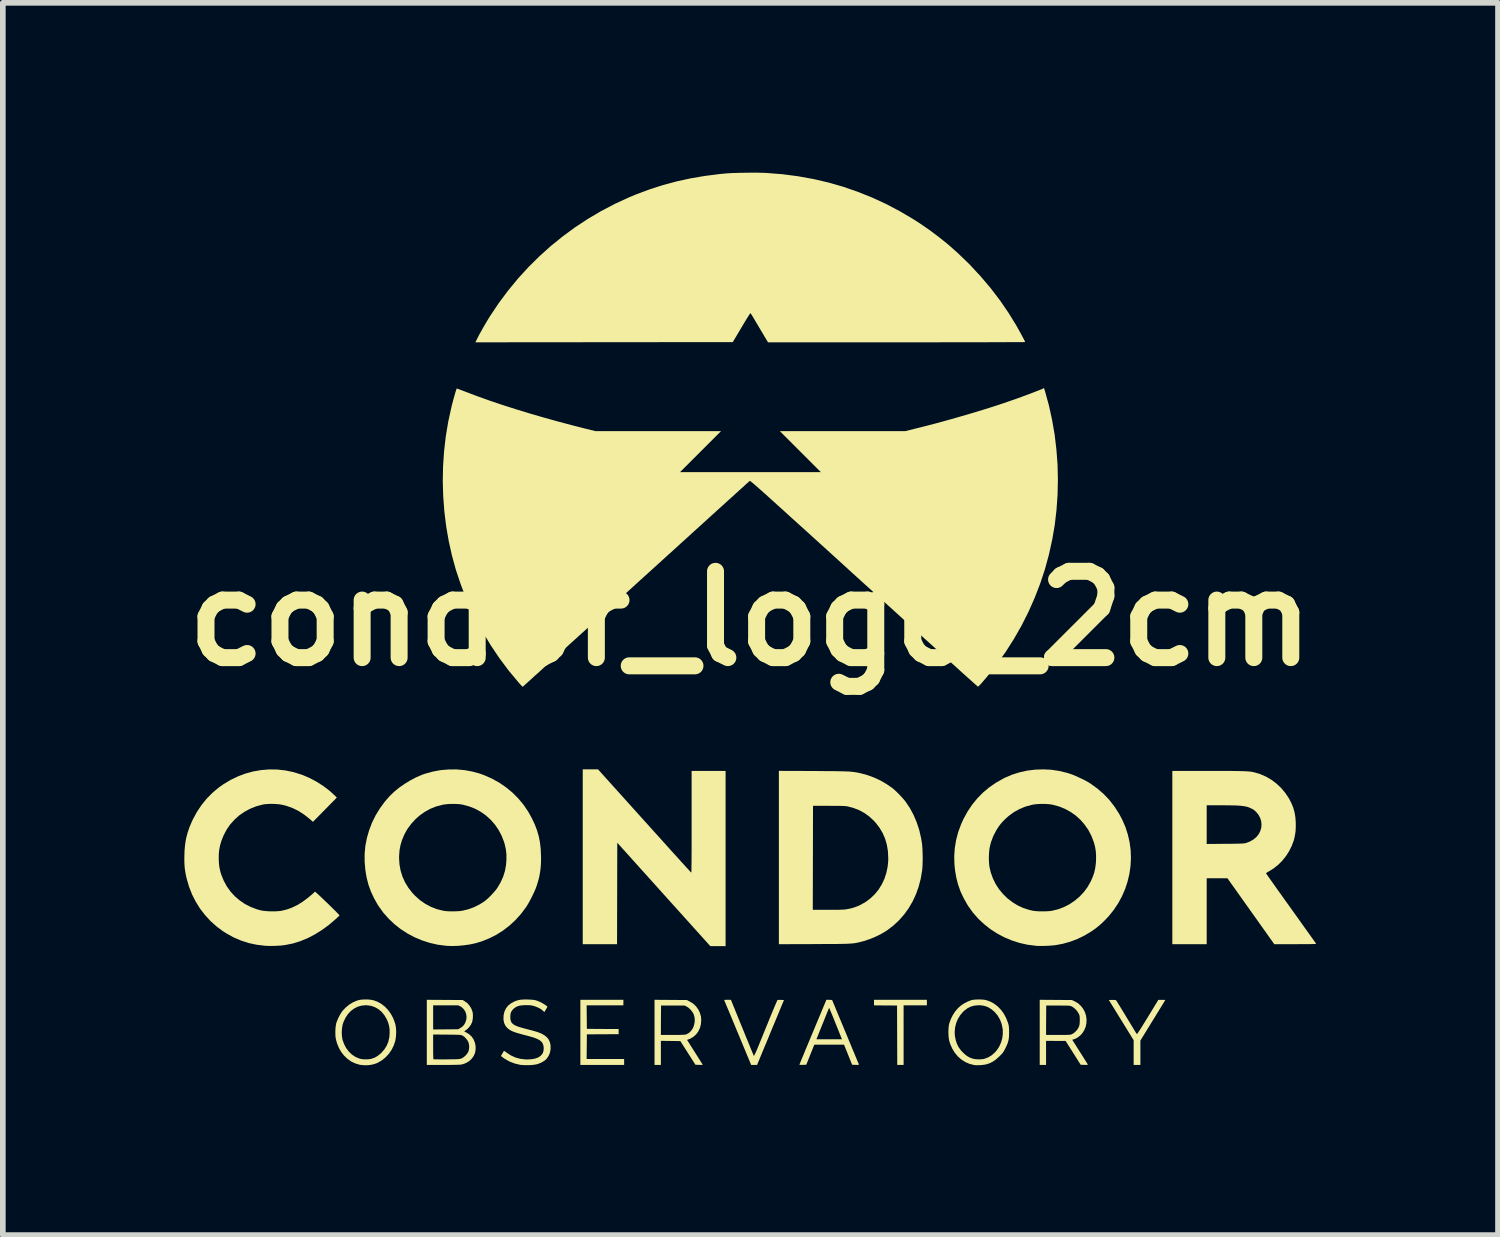
<source format=kicad_pcb>
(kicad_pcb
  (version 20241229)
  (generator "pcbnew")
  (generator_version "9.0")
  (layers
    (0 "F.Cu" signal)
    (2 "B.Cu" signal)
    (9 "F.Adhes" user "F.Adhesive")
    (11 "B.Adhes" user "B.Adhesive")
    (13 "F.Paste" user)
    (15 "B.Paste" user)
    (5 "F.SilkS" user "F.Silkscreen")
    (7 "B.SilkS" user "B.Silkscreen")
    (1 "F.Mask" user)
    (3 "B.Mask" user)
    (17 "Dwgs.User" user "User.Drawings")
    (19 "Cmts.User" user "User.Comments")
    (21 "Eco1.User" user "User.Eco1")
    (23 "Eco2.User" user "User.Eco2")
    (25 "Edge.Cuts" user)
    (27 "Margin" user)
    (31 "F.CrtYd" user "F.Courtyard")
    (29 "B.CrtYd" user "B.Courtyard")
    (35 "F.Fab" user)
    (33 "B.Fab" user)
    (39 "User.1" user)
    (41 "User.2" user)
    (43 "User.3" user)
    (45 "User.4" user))
  (footprint "condor_logo_2cm"
    (layer "F.Cu")
    (at 10.204 7.875)
    (property "Reference" "condor_logo_2cm" (at 0 0 0) (layer "F.SilkS") (effects (font (size 1.524 1.524) (thickness 0.3))))
    (attr board_only exclude_from_pos_files exclude_from_bom)
    (fp_poly (pts (xy 3.116 6.831) (xy 2.705 6.831) (xy 2.705 7.883) (xy 2.593 7.883) (xy 2.591 7.359) (xy 2.589 6.834) (xy 2.386 6.833) (xy 2.182 6.831) (xy 2.182 6.733) (xy 3.116 6.733)) (stroke (width 0) (type solid)) (fill yes) (layer "F.SilkS"))
    (fp_poly (pts (xy -2.244 6.831) (xy -2.893 6.831) (xy -2.891 7.038) (xy -2.889 7.246) (xy -2.609 7.248) (xy -2.328 7.249) (xy -2.328 7.34) (xy -2.889 7.343) (xy -2.891 7.561) (xy -2.893 7.779) (xy -2.231 7.779) (xy -2.231 7.883) (xy -3.004 7.883) (xy -3.004 6.733) (xy -2.244 6.733)) (stroke (width 0) (type solid)) (fill yes) (layer "F.SilkS"))
    (fp_poly (pts (xy -1.872 3.574) (xy -1.785 3.67) (xy -1.701 3.764) (xy -1.619 3.854) (xy -1.541 3.941) (xy -1.467 4.023) (xy -1.398 4.1) (xy -1.333 4.172) (xy -1.273 4.237) (xy -1.22 4.297) (xy -1.172 4.349) (xy -1.132 4.394) (xy -1.098 4.43) (xy -1.073 4.458) (xy -1.055 4.477) (xy -1.046 4.487) (xy -1.045 4.488) (xy -1.044 4.481) (xy -1.043 4.461) (xy -1.042 4.428) (xy -1.042 4.382) (xy -1.041 4.324) (xy -1.04 4.254) (xy -1.04 4.173) (xy -1.039 4.081) (xy -1.039 3.978) (xy -1.039 3.866) (xy -1.039 3.743) (xy -1.039 3.612) (xy -1.039 3.59) (xy -1.039 2.691) (xy -0.439 2.691) (xy -0.439 5.785) (xy -0.709 5.785) (xy -1.531 4.872) (xy -2.352 3.959) (xy -2.356 5.751) (xy -2.962 5.751) (xy -2.962 2.663) (xy -2.692 2.663)) (stroke (width 0) (type solid)) (fill yes) (layer "F.SilkS"))
    (fp_poly (pts (xy 7.292 6.734) (xy 7.313 6.735) (xy 7.325 6.736) (xy 7.326 6.737) (xy 7.322 6.744) (xy 7.312 6.761) (xy 7.296 6.788) (xy 7.274 6.824) (xy 7.247 6.867) (xy 7.217 6.917) (xy 7.182 6.973) (xy 7.145 7.034) (xy 7.106 7.097) (xy 6.887 7.453) (xy 6.887 7.883) (xy 6.768 7.883) (xy 6.768 7.447) (xy 6.549 7.092) (xy 6.33 6.737) (xy 6.39 6.735) (xy 6.424 6.735) (xy 6.446 6.737) (xy 6.457 6.741) (xy 6.458 6.742) (xy 6.463 6.749) (xy 6.475 6.768) (xy 6.492 6.796) (xy 6.515 6.832) (xy 6.541 6.875) (xy 6.571 6.924) (xy 6.604 6.978) (xy 6.639 7.036) (xy 6.639 7.037) (xy 6.674 7.094) (xy 6.707 7.148) (xy 6.737 7.198) (xy 6.764 7.242) (xy 6.786 7.279) (xy 6.804 7.307) (xy 6.815 7.326) (xy 6.821 7.335) (xy 6.821 7.335) (xy 6.823 7.336) (xy 6.827 7.335) (xy 6.834 7.329) (xy 6.842 7.318) (xy 6.854 7.3) (xy 6.87 7.276) (xy 6.891 7.245) (xy 6.916 7.204) (xy 6.947 7.154) (xy 6.984 7.094) (xy 7.017 7.041) (xy 7.204 6.734) (xy 7.265 6.734)) (stroke (width 0) (type solid)) (fill yes) (layer "F.SilkS"))
    (fp_poly (pts (xy -1.409 6.735) (xy -1.125 6.737) (xy -1.073 6.763) (xy -1.014 6.799) (xy -0.963 6.846) (xy -0.923 6.901) (xy -0.893 6.963) (xy -0.874 7.029) (xy -0.869 7.092) (xy -0.875 7.164) (xy -0.892 7.231) (xy -0.921 7.291) (xy -0.959 7.343) (xy -1.007 7.386) (xy -1.063 7.419) (xy -1.085 7.428) (xy -1.12 7.441) (xy -0.982 7.659) (xy -0.95 7.709) (xy -0.922 7.754) (xy -0.896 7.795) (xy -0.875 7.829) (xy -0.858 7.856) (xy -0.847 7.873) (xy -0.843 7.881) (xy -0.843 7.881) (xy -0.85 7.882) (xy -0.867 7.883) (xy -0.892 7.882) (xy -0.908 7.882) (xy -0.972 7.88) (xy -1.238 7.462) (xy -1.41 7.46) (xy -1.582 7.458) (xy -1.582 7.883) (xy -1.694 7.883) (xy -1.694 7.354) (xy -1.582 7.354) (xy -1.372 7.353) (xy -1.305 7.353) (xy -1.252 7.353) (xy -1.21 7.351) (xy -1.178 7.35) (xy -1.155 7.348) (xy -1.14 7.345) (xy -1.134 7.344) (xy -1.091 7.321) (xy -1.054 7.288) (xy -1.024 7.247) (xy -1.002 7.199) (xy -0.988 7.146) (xy -0.983 7.092) (xy -0.988 7.039) (xy -1.003 6.987) (xy -1.005 6.983) (xy -1.029 6.942) (xy -1.062 6.903) (xy -1.098 6.87) (xy -1.126 6.853) (xy -1.161 6.834) (xy -1.579 6.834) (xy -1.581 7.094) (xy -1.582 7.354) (xy -1.694 7.354) (xy -1.694 6.733)) (stroke (width 0) (type solid)) (fill yes) (layer "F.SilkS"))
    (fp_poly (pts (xy 1.423 6.735) (xy 1.44 6.738) (xy 1.445 6.742) (xy 1.448 6.75) (xy 1.456 6.769) (xy 1.469 6.8) (xy 1.486 6.84) (xy 1.506 6.89) (xy 1.53 6.948) (xy 1.557 7.013) (xy 1.587 7.084) (xy 1.619 7.161) (xy 1.652 7.241) (xy 1.68 7.308) (xy 1.715 7.392) (xy 1.748 7.472) (xy 1.779 7.547) (xy 1.808 7.617) (xy 1.835 7.681) (xy 1.858 7.737) (xy 1.878 7.785) (xy 1.894 7.824) (xy 1.906 7.852) (xy 1.913 7.869) (xy 1.915 7.875) (xy 1.914 7.879) (xy 1.906 7.882) (xy 1.889 7.883) (xy 1.86 7.882) (xy 1.857 7.882) (xy 1.796 7.88) (xy 1.724 7.702) (xy 1.653 7.525) (xy 1.128 7.525) (xy 1.057 7.702) (xy 0.986 7.88) (xy 0.925 7.882) (xy 0.898 7.882) (xy 0.877 7.882) (xy 0.866 7.88) (xy 0.864 7.879) (xy 0.867 7.872) (xy 0.875 7.853) (xy 0.887 7.823) (xy 0.903 7.783) (xy 0.924 7.734) (xy 0.948 7.677) (xy 0.974 7.612) (xy 1.004 7.541) (xy 1.036 7.464) (xy 1.05 7.43) (xy 1.165 7.43) (xy 1.616 7.43) (xy 1.504 7.151) (xy 1.481 7.093) (xy 1.459 7.038) (xy 1.439 6.99) (xy 1.421 6.948) (xy 1.407 6.914) (xy 1.397 6.89) (xy 1.391 6.877) (xy 1.389 6.875) (xy 1.386 6.882) (xy 1.379 6.9) (xy 1.367 6.929) (xy 1.351 6.967) (xy 1.333 7.012) (xy 1.312 7.064) (xy 1.29 7.12) (xy 1.276 7.154) (xy 1.165 7.43) (xy 1.05 7.43) (xy 1.07 7.383) (xy 1.103 7.304) (xy 1.341 6.733) (xy 1.391 6.733)) (stroke (width 0) (type solid)) (fill yes) (layer "F.SilkS"))
    (fp_poly (pts (xy -0.147 7.22) (xy -0.115 7.298) (xy -0.085 7.373) (xy -0.056 7.443) (xy -0.029 7.508) (xy -0.006 7.566) (xy 0.015 7.616) (xy 0.032 7.658) (xy 0.046 7.69) (xy 0.054 7.711) (xy 0.058 7.721) (xy 0.059 7.721) (xy 0.061 7.722) (xy 0.064 7.72) (xy 0.068 7.714) (xy 0.074 7.702) (xy 0.083 7.684) (xy 0.094 7.66) (xy 0.108 7.629) (xy 0.125 7.589) (xy 0.145 7.54) (xy 0.169 7.481) (xy 0.198 7.411) (xy 0.23 7.331) (xy 0.268 7.238) (xy 0.268 7.237) (xy 0.301 7.158) (xy 0.331 7.083) (xy 0.36 7.012) (xy 0.387 6.947) (xy 0.411 6.889) (xy 0.432 6.839) (xy 0.45 6.798) (xy 0.464 6.766) (xy 0.473 6.745) (xy 0.478 6.736) (xy 0.478 6.736) (xy 0.488 6.735) (xy 0.508 6.734) (xy 0.534 6.735) (xy 0.539 6.735) (xy 0.592 6.737) (xy 0.432 7.124) (xy 0.4 7.2) (xy 0.367 7.279) (xy 0.335 7.357) (xy 0.304 7.433) (xy 0.274 7.505) (xy 0.246 7.571) (xy 0.222 7.629) (xy 0.202 7.677) (xy 0.194 7.697) (xy 0.117 7.883) (xy 0.013 7.883) (xy -0.001 7.85) (xy -0.006 7.839) (xy -0.015 7.816) (xy -0.03 7.781) (xy -0.048 7.737) (xy -0.07 7.685) (xy -0.095 7.624) (xy -0.123 7.557) (xy -0.153 7.485) (xy -0.185 7.407) (xy -0.219 7.326) (xy -0.235 7.288) (xy -0.269 7.206) (xy -0.301 7.128) (xy -0.332 7.054) (xy -0.36 6.986) (xy -0.386 6.924) (xy -0.409 6.87) (xy -0.428 6.825) (xy -0.443 6.788) (xy -0.454 6.763) (xy -0.46 6.748) (xy -0.461 6.746) (xy -0.463 6.74) (xy -0.46 6.736) (xy -0.449 6.734) (xy -0.428 6.733) (xy -0.406 6.733) (xy -0.345 6.733)) (stroke (width 0) (type solid)) (fill yes) (layer "F.SilkS"))
    (fp_poly (pts (xy 5.393 6.735) (xy 5.677 6.737) (xy 5.731 6.762) (xy 5.789 6.797) (xy 5.837 6.842) (xy 5.877 6.893) (xy 5.907 6.951) (xy 5.927 7.013) (xy 5.936 7.078) (xy 5.934 7.143) (xy 5.921 7.207) (xy 5.896 7.269) (xy 5.863 7.321) (xy 5.825 7.363) (xy 5.78 7.398) (xy 5.733 7.423) (xy 5.719 7.428) (xy 5.683 7.439) (xy 5.819 7.653) (xy 5.85 7.702) (xy 5.879 7.748) (xy 5.904 7.788) (xy 5.926 7.823) (xy 5.943 7.85) (xy 5.954 7.868) (xy 5.958 7.875) (xy 5.957 7.879) (xy 5.947 7.882) (xy 5.928 7.883) (xy 5.897 7.882) (xy 5.897 7.882) (xy 5.832 7.88) (xy 5.699 7.669) (xy 5.566 7.459) (xy 5.393 7.459) (xy 5.221 7.458) (xy 5.221 7.883) (xy 5.109 7.883) (xy 5.109 7.354) (xy 5.221 7.354) (xy 5.435 7.354) (xy 5.495 7.354) (xy 5.544 7.353) (xy 5.581 7.353) (xy 5.61 7.352) (xy 5.632 7.351) (xy 5.648 7.349) (xy 5.66 7.347) (xy 5.67 7.343) (xy 5.68 7.339) (xy 5.684 7.337) (xy 5.719 7.315) (xy 5.753 7.283) (xy 5.781 7.246) (xy 5.801 7.209) (xy 5.808 7.187) (xy 5.813 7.165) (xy 5.815 7.139) (xy 5.816 7.105) (xy 5.817 7.092) (xy 5.816 7.057) (xy 5.815 7.032) (xy 5.812 7.013) (xy 5.807 6.996) (xy 5.798 6.978) (xy 5.797 6.975) (xy 5.771 6.934) (xy 5.737 6.896) (xy 5.699 6.865) (xy 5.676 6.851) (xy 5.666 6.846) (xy 5.657 6.843) (xy 5.646 6.84) (xy 5.632 6.838) (xy 5.614 6.836) (xy 5.589 6.835) (xy 5.556 6.835) (xy 5.513 6.835) (xy 5.458 6.834) (xy 5.433 6.834) (xy 5.224 6.834) (xy 5.222 7.094) (xy 5.221 7.354) (xy 5.109 7.354) (xy 5.109 6.733)) (stroke (width 0) (type solid)) (fill yes) (layer "F.SilkS"))
    (fp_poly (pts (xy -6.76 6.727) (xy -6.707 6.732) (xy -6.662 6.74) (xy -6.662 6.74) (xy -6.589 6.766) (xy -6.52 6.804) (xy -6.457 6.853) (xy -6.4 6.913) (xy -6.351 6.981) (xy -6.31 7.057) (xy -6.279 7.14) (xy -6.269 7.177) (xy -6.261 7.226) (xy -6.257 7.283) (xy -6.258 7.343) (xy -6.263 7.402) (xy -6.272 7.454) (xy -6.272 7.455) (xy -6.299 7.538) (xy -6.337 7.615) (xy -6.386 7.686) (xy -6.443 7.748) (xy -6.508 7.801) (xy -6.579 7.843) (xy -6.611 7.857) (xy -6.673 7.876) (xy -6.742 7.887) (xy -6.814 7.889) (xy -6.882 7.883) (xy -6.901 7.88) (xy -6.978 7.857) (xy -7.051 7.823) (xy -7.117 7.776) (xy -7.176 7.72) (xy -7.228 7.654) (xy -7.27 7.58) (xy -7.303 7.498) (xy -7.323 7.423) (xy -7.329 7.381) (xy -7.331 7.33) (xy -7.331 7.329) (xy -7.218 7.329) (xy -7.214 7.384) (xy -7.206 7.432) (xy -7.205 7.437) (xy -7.177 7.515) (xy -7.14 7.586) (xy -7.094 7.647) (xy -7.04 7.699) (xy -6.979 7.74) (xy -6.912 7.769) (xy -6.892 7.775) (xy -6.853 7.782) (xy -6.807 7.785) (xy -6.759 7.784) (xy -6.715 7.779) (xy -6.696 7.775) (xy -6.638 7.755) (xy -6.585 7.725) (xy -6.533 7.683) (xy -6.517 7.668) (xy -6.464 7.607) (xy -6.424 7.542) (xy -6.395 7.472) (xy -6.378 7.394) (xy -6.373 7.329) (xy -6.373 7.258) (xy -6.382 7.195) (xy -6.399 7.134) (xy -6.426 7.071) (xy -6.467 7.003) (xy -6.516 6.944) (xy -6.572 6.897) (xy -6.635 6.862) (xy -6.703 6.839) (xy -6.776 6.829) (xy -6.8 6.829) (xy -6.871 6.836) (xy -6.939 6.856) (xy -7.001 6.888) (xy -7.058 6.931) (xy -7.109 6.985) (xy -7.151 7.048) (xy -7.185 7.12) (xy -7.202 7.169) (xy -7.211 7.217) (xy -7.217 7.272) (xy -7.218 7.329) (xy -7.331 7.329) (xy -7.331 7.276) (xy -7.328 7.223) (xy -7.321 7.176) (xy -7.316 7.148) (xy -7.301 7.106) (xy -7.28 7.057) (xy -7.255 7.008) (xy -7.228 6.962) (xy -7.201 6.924) (xy -7.197 6.92) (xy -7.145 6.866) (xy -7.086 6.818) (xy -7.022 6.779) (xy -6.956 6.75) (xy -6.915 6.737) (xy -6.869 6.73) (xy -6.816 6.727)) (stroke (width 0) (type solid)) (fill yes) (layer "F.SilkS"))
    (fp_poly (pts (xy 4.086 6.728) (xy 4.128 6.732) (xy 4.158 6.737) (xy 4.233 6.763) (xy 4.303 6.801) (xy 4.368 6.851) (xy 4.426 6.911) (xy 4.476 6.98) (xy 4.517 7.058) (xy 4.549 7.141) (xy 4.557 7.169) (xy 4.562 7.192) (xy 4.565 7.216) (xy 4.567 7.245) (xy 4.568 7.281) (xy 4.568 7.305) (xy 4.567 7.362) (xy 4.564 7.41) (xy 4.556 7.452) (xy 4.545 7.493) (xy 4.527 7.537) (xy 4.505 7.584) (xy 4.487 7.619) (xy 4.472 7.646) (xy 4.456 7.669) (xy 4.436 7.692) (xy 4.41 7.719) (xy 4.399 7.73) (xy 4.339 7.784) (xy 4.281 7.825) (xy 4.221 7.855) (xy 4.157 7.875) (xy 4.087 7.885) (xy 4.053 7.887) (xy 4.02 7.888) (xy 3.989 7.888) (xy 3.966 7.887) (xy 3.956 7.886) (xy 3.874 7.866) (xy 3.798 7.834) (xy 3.728 7.79) (xy 3.665 7.735) (xy 3.611 7.671) (xy 3.565 7.597) (xy 3.529 7.515) (xy 3.512 7.462) (xy 3.503 7.416) (xy 3.498 7.361) (xy 3.496 7.303) (xy 3.496 7.302) (xy 3.607 7.302) (xy 3.61 7.363) (xy 3.624 7.44) (xy 3.645 7.507) (xy 3.675 7.567) (xy 3.714 7.622) (xy 3.75 7.661) (xy 3.794 7.702) (xy 3.836 7.733) (xy 3.878 7.755) (xy 3.925 7.772) (xy 3.928 7.773) (xy 3.969 7.781) (xy 4.018 7.785) (xy 4.067 7.784) (xy 4.112 7.779) (xy 4.129 7.776) (xy 4.197 7.751) (xy 4.26 7.713) (xy 4.317 7.663) (xy 4.348 7.628) (xy 4.391 7.564) (xy 4.424 7.492) (xy 4.447 7.415) (xy 4.457 7.336) (xy 4.456 7.258) (xy 4.454 7.245) (xy 4.437 7.16) (xy 4.407 7.082) (xy 4.366 7.011) (xy 4.314 6.949) (xy 4.257 6.9) (xy 4.196 6.863) (xy 4.131 6.84) (xy 4.06 6.829) (xy 4.032 6.829) (xy 3.959 6.835) (xy 3.892 6.853) (xy 3.83 6.884) (xy 3.773 6.928) (xy 3.757 6.943) (xy 3.706 7.003) (xy 3.664 7.071) (xy 3.633 7.145) (xy 3.614 7.223) (xy 3.607 7.302) (xy 3.496 7.302) (xy 3.498 7.245) (xy 3.503 7.191) (xy 3.511 7.151) (xy 3.537 7.078) (xy 3.572 7.006) (xy 3.615 6.94) (xy 3.664 6.882) (xy 3.703 6.846) (xy 3.742 6.817) (xy 3.788 6.789) (xy 3.836 6.765) (xy 3.882 6.746) (xy 3.911 6.737) (xy 3.947 6.731) (xy 3.991 6.728) (xy 4.039 6.727)) (stroke (width 0) (type solid)) (fill yes) (layer "F.SilkS"))
    (fp_poly (pts (xy 0.132 -7.875) (xy 0.199 -7.873) (xy 0.256 -7.872) (xy 0.286 -7.87) (xy 0.566 -7.848) (xy 0.841 -7.812) (xy 1.112 -7.763) (xy 1.379 -7.701) (xy 1.64 -7.626) (xy 1.897 -7.537) (xy 2.149 -7.436) (xy 2.396 -7.322) (xy 2.639 -7.194) (xy 2.876 -7.054) (xy 2.993 -6.979) (xy 3.17 -6.857) (xy 3.339 -6.73) (xy 3.504 -6.596) (xy 3.665 -6.453) (xy 3.825 -6.299) (xy 3.879 -6.245) (xy 4.066 -6.044) (xy 4.243 -5.835) (xy 4.408 -5.619) (xy 4.561 -5.395) (xy 4.688 -5.189) (xy 4.708 -5.155) (xy 4.729 -5.116) (xy 4.752 -5.075) (xy 4.775 -5.034) (xy 4.796 -4.994) (xy 4.816 -4.957) (xy 4.832 -4.926) (xy 4.844 -4.902) (xy 4.85 -4.887) (xy 4.851 -4.884) (xy 4.844 -4.884) (xy 4.824 -4.883) (xy 4.791 -4.883) (xy 4.745 -4.882) (xy 4.688 -4.882) (xy 4.619 -4.882) (xy 4.539 -4.882) (xy 4.449 -4.881) (xy 4.35 -4.881) (xy 4.241 -4.881) (xy 4.123 -4.88) (xy 3.997 -4.88) (xy 3.863 -4.88) (xy 3.722 -4.88) (xy 3.574 -4.88) (xy 3.42 -4.88) (xy 3.26 -4.879) (xy 3.096 -4.879) (xy 2.926 -4.879) (xy 2.753 -4.879) (xy 2.581 -4.879) (xy 0.31 -4.879) (xy 0.161 -5.13) (xy 0.129 -5.184) (xy 0.099 -5.234) (xy 0.072 -5.28) (xy 0.048 -5.32) (xy 0.029 -5.352) (xy 0.014 -5.375) (xy 0.006 -5.389) (xy 0.005 -5.391) (xy 0.002 -5.392) (xy -0.004 -5.388) (xy -0.012 -5.379) (xy -0.023 -5.363) (xy -0.038 -5.34) (xy -0.057 -5.309) (xy -0.082 -5.269) (xy -0.113 -5.218) (xy -0.149 -5.157) (xy -0.158 -5.142) (xy -0.312 -4.883) (xy -2.585 -4.881) (xy -4.858 -4.879) (xy -4.82 -4.956) (xy -4.795 -5.005) (xy -4.763 -5.062) (xy -4.728 -5.125) (xy -4.69 -5.191) (xy -4.652 -5.255) (xy -4.615 -5.316) (xy -4.593 -5.351) (xy -4.441 -5.578) (xy -4.277 -5.797) (xy -4.104 -6.007) (xy -3.92 -6.208) (xy -3.727 -6.399) (xy -3.525 -6.581) (xy -3.314 -6.751) (xy -3.095 -6.912) (xy -2.868 -7.061) (xy -2.634 -7.199) (xy -2.393 -7.325) (xy -2.146 -7.439) (xy -2.016 -7.493) (xy -1.78 -7.581) (xy -1.542 -7.657) (xy -1.301 -7.722) (xy -1.056 -7.775) (xy -0.804 -7.818) (xy -0.544 -7.851) (xy -0.418 -7.863) (xy -0.372 -7.866) (xy -0.313 -7.869) (xy -0.246 -7.871) (xy -0.173 -7.873) (xy -0.096 -7.874) (xy -0.018 -7.875) (xy 0.059 -7.875)) (stroke (width 0) (type solid)) (fill yes) (layer "F.SilkS"))
    (fp_poly (pts (xy -5.085 6.737) (xy -5.048 6.758) (xy -5.002 6.79) (xy -4.963 6.834) (xy -4.931 6.885) (xy -4.91 6.942) (xy -4.906 6.957) (xy -4.902 6.994) (xy -4.902 7.037) (xy -4.906 7.081) (xy -4.914 7.119) (xy -4.917 7.131) (xy -4.937 7.172) (xy -4.965 7.212) (xy -4.997 7.247) (xy -5.017 7.263) (xy -5.036 7.276) (xy -5.049 7.287) (xy -5.053 7.291) (xy -5.047 7.296) (xy -5.032 7.304) (xy -5.013 7.313) (xy -4.963 7.345) (xy -4.921 7.386) (xy -4.888 7.436) (xy -4.866 7.492) (xy -4.854 7.553) (xy -4.854 7.614) (xy -4.865 7.672) (xy -4.889 7.727) (xy -4.924 7.775) (xy -4.968 7.816) (xy -5.021 7.848) (xy -5.08 7.87) (xy -5.105 7.876) (xy -5.124 7.878) (xy -5.155 7.88) (xy -5.198 7.881) (xy -5.251 7.882) (xy -5.314 7.883) (xy -5.385 7.883) (xy -5.431 7.883) (xy -5.716 7.883) (xy -5.716 7.346) (xy -5.604 7.346) (xy -5.604 7.561) (xy -5.604 7.615) (xy -5.604 7.664) (xy -5.603 7.706) (xy -5.602 7.741) (xy -5.601 7.766) (xy -5.6 7.78) (xy -5.599 7.782) (xy -5.591 7.783) (xy -5.571 7.784) (xy -5.54 7.784) (xy -5.5 7.785) (xy -5.453 7.785) (xy -5.401 7.785) (xy -5.364 7.785) (xy -5.301 7.784) (xy -5.25 7.783) (xy -5.211 7.783) (xy -5.18 7.782) (xy -5.156 7.78) (xy -5.139 7.778) (xy -5.125 7.776) (xy -5.115 7.773) (xy -5.105 7.769) (xy -5.097 7.766) (xy -5.062 7.744) (xy -5.028 7.714) (xy -4.999 7.678) (xy -4.982 7.648) (xy -4.971 7.609) (xy -4.967 7.563) (xy -4.972 7.517) (xy -4.979 7.488) (xy -4.996 7.454) (xy -5.022 7.419) (xy -5.052 7.388) (xy -5.084 7.366) (xy -5.084 7.366) (xy -5.092 7.362) (xy -5.101 7.358) (xy -5.111 7.356) (xy -5.125 7.354) (xy -5.143 7.352) (xy -5.168 7.351) (xy -5.202 7.35) (xy -5.244 7.349) (xy -5.298 7.349) (xy -5.358 7.348) (xy -5.604 7.346) (xy -5.716 7.346) (xy -5.716 7.257) (xy -5.604 7.257) (xy -5.383 7.255) (xy -5.162 7.253) (xy -5.124 7.232) (xy -5.089 7.208) (xy -5.061 7.179) (xy -5.039 7.141) (xy -5.035 7.133) (xy -5.018 7.083) (xy -5.014 7.031) (xy -5.021 6.981) (xy -5.039 6.935) (xy -5.067 6.894) (xy -5.104 6.861) (xy -5.122 6.85) (xy -5.16 6.831) (xy -5.604 6.831) (xy -5.604 7.257) (xy -5.716 7.257) (xy -5.716 6.733)) (stroke (width 0) (type solid)) (fill yes) (layer "F.SilkS"))
    (fp_poly (pts (xy 8.199 2.691) (xy 8.304 2.691) (xy 8.396 2.691) (xy 8.477 2.691) (xy 8.548 2.692) (xy 8.61 2.693) (xy 8.663 2.694) (xy 8.709 2.695) (xy 8.748 2.697) (xy 8.782 2.699) (xy 8.81 2.701) (xy 8.835 2.704) (xy 8.857 2.707) (xy 8.877 2.711) (xy 8.895 2.715) (xy 8.897 2.715) (xy 9.003 2.747) (xy 9.104 2.791) (xy 9.201 2.847) (xy 9.29 2.914) (xy 9.372 2.991) (xy 9.445 3.078) (xy 9.508 3.172) (xy 9.51 3.175) (xy 9.553 3.258) (xy 9.586 3.338) (xy 9.609 3.419) (xy 9.624 3.506) (xy 9.631 3.601) (xy 9.631 3.604) (xy 9.631 3.682) (xy 9.628 3.751) (xy 9.619 3.816) (xy 9.606 3.88) (xy 9.595 3.921) (xy 9.56 4.015) (xy 9.514 4.107) (xy 9.458 4.195) (xy 9.393 4.276) (xy 9.32 4.349) (xy 9.241 4.412) (xy 9.158 4.464) (xy 9.155 4.465) (xy 9.132 4.478) (xy 9.115 4.49) (xy 9.107 4.499) (xy 9.106 4.501) (xy 9.111 4.507) (xy 9.123 4.524) (xy 9.142 4.551) (xy 9.167 4.588) (xy 9.199 4.632) (xy 9.236 4.684) (xy 9.278 4.744) (xy 9.324 4.809) (xy 9.375 4.879) (xy 9.428 4.955) (xy 9.485 5.034) (xy 9.544 5.116) (xy 9.549 5.123) (xy 9.608 5.206) (xy 9.665 5.285) (xy 9.719 5.361) (xy 9.769 5.432) (xy 9.816 5.497) (xy 9.859 5.557) (xy 9.896 5.609) (xy 9.928 5.654) (xy 9.955 5.691) (xy 9.974 5.719) (xy 9.987 5.737) (xy 9.992 5.744) (xy 9.992 5.744) (xy 9.986 5.745) (xy 9.967 5.747) (xy 9.936 5.748) (xy 9.892 5.749) (xy 9.838 5.75) (xy 9.773 5.75) (xy 9.698 5.75) (xy 9.624 5.751) (xy 9.252 5.751) (xy 8.424 4.586) (xy 8.058 4.586) (xy 8.058 5.751) (xy 7.451 5.751) (xy 7.451 3.297) (xy 8.058 3.297) (xy 8.058 3.981) (xy 8.384 3.978) (xy 8.461 3.978) (xy 8.527 3.977) (xy 8.58 3.976) (xy 8.624 3.975) (xy 8.659 3.974) (xy 8.687 3.973) (xy 8.709 3.971) (xy 8.726 3.969) (xy 8.74 3.967) (xy 8.751 3.964) (xy 8.751 3.964) (xy 8.821 3.938) (xy 8.882 3.903) (xy 8.934 3.86) (xy 8.975 3.81) (xy 9.004 3.754) (xy 9.022 3.693) (xy 9.026 3.638) (xy 9.02 3.577) (xy 9.001 3.518) (xy 8.971 3.463) (xy 8.932 3.415) (xy 8.885 3.375) (xy 8.861 3.361) (xy 8.833 3.348) (xy 8.806 3.336) (xy 8.776 3.326) (xy 8.744 3.318) (xy 8.707 3.312) (xy 8.664 3.307) (xy 8.614 3.303) (xy 8.556 3.3) (xy 8.489 3.299) (xy 8.41 3.298) (xy 8.318 3.297) (xy 8.307 3.297) (xy 8.058 3.297) (xy 7.451 3.297) (xy 7.451 2.691) (xy 8.081 2.691)) (stroke (width 0) (type solid)) (fill yes) (layer "F.SilkS"))
    (fp_poly (pts (xy 1.114 2.692) (xy 1.225 2.693) (xy 1.323 2.694) (xy 1.41 2.694) (xy 1.485 2.695) (xy 1.551 2.696) (xy 1.608 2.697) (xy 1.658 2.698) (xy 1.701 2.7) (xy 1.738 2.701) (xy 1.771 2.704) (xy 1.8 2.707) (xy 1.827 2.71) (xy 1.853 2.714) (xy 1.878 2.718) (xy 1.904 2.723) (xy 1.932 2.729) (xy 1.95 2.733) (xy 2.067 2.765) (xy 2.184 2.808) (xy 2.298 2.861) (xy 2.406 2.924) (xy 2.505 2.993) (xy 2.506 2.993) (xy 2.545 3.026) (xy 2.588 3.067) (xy 2.634 3.113) (xy 2.677 3.159) (xy 2.716 3.204) (xy 2.74 3.234) (xy 2.816 3.347) (xy 2.881 3.468) (xy 2.936 3.598) (xy 2.981 3.734) (xy 3.014 3.878) (xy 3.03 3.973) (xy 3.034 4.018) (xy 3.038 4.073) (xy 3.04 4.135) (xy 3.042 4.201) (xy 3.042 4.266) (xy 3.04 4.329) (xy 3.038 4.385) (xy 3.034 4.432) (xy 3.033 4.444) (xy 3.008 4.592) (xy 2.971 4.734) (xy 2.923 4.869) (xy 2.864 4.996) (xy 2.794 5.116) (xy 2.714 5.227) (xy 2.624 5.329) (xy 2.524 5.422) (xy 2.415 5.505) (xy 2.402 5.514) (xy 2.312 5.568) (xy 2.213 5.617) (xy 2.109 5.66) (xy 2.005 5.695) (xy 1.966 5.705) (xy 1.939 5.712) (xy 1.915 5.718) (xy 1.892 5.723) (xy 1.87 5.728) (xy 1.847 5.732) (xy 1.822 5.735) (xy 1.795 5.738) (xy 1.765 5.74) (xy 1.73 5.742) (xy 1.689 5.744) (xy 1.641 5.745) (xy 1.586 5.746) (xy 1.523 5.747) (xy 1.449 5.747) (xy 1.365 5.748) (xy 1.269 5.748) (xy 1.161 5.749) (xy 1.131 5.749) (xy 0.502 5.751) (xy 0.502 5.144) (xy 1.101 5.144) (xy 1.368 5.144) (xy 1.445 5.144) (xy 1.509 5.143) (xy 1.562 5.143) (xy 1.606 5.141) (xy 1.641 5.14) (xy 1.67 5.137) (xy 1.692 5.135) (xy 1.697 5.134) (xy 1.767 5.12) (xy 1.829 5.103) (xy 1.889 5.081) (xy 1.942 5.057) (xy 2.036 5.004) (xy 2.121 4.94) (xy 2.197 4.867) (xy 2.264 4.785) (xy 2.32 4.694) (xy 2.366 4.597) (xy 2.4 4.493) (xy 2.423 4.384) (xy 2.434 4.27) (xy 2.434 4.228) (xy 2.428 4.108) (xy 2.409 3.994) (xy 2.378 3.887) (xy 2.334 3.786) (xy 2.278 3.692) (xy 2.21 3.604) (xy 2.177 3.568) (xy 2.096 3.494) (xy 2.01 3.432) (xy 1.918 3.383) (xy 1.818 3.344) (xy 1.726 3.32) (xy 1.71 3.316) (xy 1.692 3.314) (xy 1.671 3.312) (xy 1.646 3.31) (xy 1.615 3.309) (xy 1.576 3.308) (xy 1.528 3.308) (xy 1.469 3.308) (xy 1.398 3.307) (xy 1.387 3.307) (xy 1.105 3.307) (xy 1.103 4.226) (xy 1.101 5.144) (xy 0.502 5.144) (xy 0.502 2.69)) (stroke (width 0) (type solid)) (fill yes) (layer "F.SilkS"))
    (fp_poly (pts (xy -3.929 6.728) (xy -3.885 6.73) (xy -3.852 6.732) (xy -3.826 6.735) (xy -3.803 6.739) (xy -3.78 6.746) (xy -3.767 6.75) (xy -3.724 6.767) (xy -3.679 6.79) (xy -3.638 6.814) (xy -3.604 6.838) (xy -3.602 6.84) (xy -3.584 6.855) (xy -3.64 6.95) (xy -3.67 6.922) (xy -3.706 6.894) (xy -3.749 6.871) (xy -3.803 6.849) (xy -3.82 6.844) (xy -3.845 6.837) (xy -3.87 6.832) (xy -3.897 6.829) (xy -3.931 6.828) (xy -3.963 6.827) (xy -4.024 6.83) (xy -4.075 6.836) (xy -4.116 6.848) (xy -4.152 6.867) (xy -4.181 6.889) (xy -4.209 6.919) (xy -4.227 6.948) (xy -4.237 6.98) (xy -4.241 7.021) (xy -4.241 7.033) (xy -4.24 7.072) (xy -4.233 7.104) (xy -4.221 7.132) (xy -4.201 7.155) (xy -4.173 7.176) (xy -4.136 7.194) (xy -4.087 7.212) (xy -4.027 7.23) (xy -4.004 7.236) (xy -3.966 7.246) (xy -3.921 7.258) (xy -3.874 7.27) (xy -3.834 7.281) (xy -3.756 7.304) (xy -3.691 7.33) (xy -3.638 7.36) (xy -3.596 7.394) (xy -3.565 7.433) (xy -3.544 7.477) (xy -3.532 7.527) (xy -3.53 7.543) (xy -3.53 7.608) (xy -3.542 7.67) (xy -3.566 7.726) (xy -3.601 7.776) (xy -3.611 7.786) (xy -3.64 7.81) (xy -3.678 7.833) (xy -3.722 7.854) (xy -3.766 7.87) (xy -3.78 7.873) (xy -3.814 7.879) (xy -3.858 7.884) (xy -3.908 7.887) (xy -3.96 7.887) (xy -4.009 7.886) (xy -4.051 7.883) (xy -4.068 7.881) (xy -4.164 7.858) (xy -4.255 7.823) (xy -4.341 7.774) (xy -4.391 7.738) (xy -4.407 7.725) (xy -4.381 7.681) (xy -4.368 7.659) (xy -4.358 7.642) (xy -4.353 7.634) (xy -4.353 7.634) (xy -4.347 7.637) (xy -4.333 7.647) (xy -4.313 7.661) (xy -4.303 7.668) (xy -4.228 7.717) (xy -4.147 7.753) (xy -4.061 7.776) (xy -3.969 7.786) (xy -3.939 7.787) (xy -3.864 7.782) (xy -3.799 7.77) (xy -3.746 7.75) (xy -3.705 7.722) (xy -3.674 7.685) (xy -3.666 7.671) (xy -3.655 7.633) (xy -3.651 7.59) (xy -3.655 7.547) (xy -3.666 7.511) (xy -3.679 7.488) (xy -3.696 7.469) (xy -3.717 7.451) (xy -3.745 7.434) (xy -3.78 7.418) (xy -3.824 7.401) (xy -3.878 7.385) (xy -3.943 7.367) (xy -4.006 7.351) (xy -4.075 7.332) (xy -4.133 7.315) (xy -4.18 7.299) (xy -4.219 7.282) (xy -4.251 7.264) (xy -4.279 7.244) (xy -4.294 7.231) (xy -4.327 7.192) (xy -4.349 7.145) (xy -4.361 7.091) (xy -4.362 7.077) (xy -4.36 7.008) (xy -4.346 6.945) (xy -4.32 6.888) (xy -4.283 6.839) (xy -4.233 6.798) (xy -4.186 6.771) (xy -4.145 6.753) (xy -4.104 6.74) (xy -4.061 6.732) (xy -4.011 6.728) (xy -3.953 6.727)) (stroke (width 0) (type solid)) (fill yes) (layer "F.SilkS"))
    (fp_poly (pts (xy -8.355 2.666) (xy -8.214 2.682) (xy -8.073 2.711) (xy -7.935 2.754) (xy -7.906 2.764) (xy -7.78 2.819) (xy -7.658 2.884) (xy -7.543 2.958) (xy -7.436 3.039) (xy -7.359 3.109) (xy -7.305 3.161) (xy -7.516 3.376) (xy -7.727 3.59) (xy -7.782 3.541) (xy -7.881 3.463) (xy -7.983 3.397) (xy -8.089 3.345) (xy -8.201 3.306) (xy -8.255 3.292) (xy -8.314 3.281) (xy -8.38 3.275) (xy -8.45 3.272) (xy -8.518 3.274) (xy -8.581 3.279) (xy -8.615 3.285) (xy -8.73 3.316) (xy -8.837 3.359) (xy -8.937 3.413) (xy -9.03 3.477) (xy -9.113 3.552) (xy -9.188 3.635) (xy -9.252 3.728) (xy -9.305 3.829) (xy -9.344 3.927) (xy -9.367 4.005) (xy -9.382 4.081) (xy -9.39 4.16) (xy -9.391 4.228) (xy -9.388 4.317) (xy -9.378 4.398) (xy -9.36 4.477) (xy -9.347 4.52) (xy -9.303 4.628) (xy -9.249 4.728) (xy -9.184 4.82) (xy -9.108 4.903) (xy -9.023 4.976) (xy -8.93 5.04) (xy -8.828 5.092) (xy -8.718 5.134) (xy -8.654 5.152) (xy -8.611 5.16) (xy -8.558 5.166) (xy -8.499 5.17) (xy -8.438 5.171) (xy -8.379 5.17) (xy -8.325 5.166) (xy -8.29 5.162) (xy -8.192 5.139) (xy -8.097 5.105) (xy -8.004 5.06) (xy -7.91 5.002) (xy -7.816 4.932) (xy -7.772 4.895) (xy -7.744 4.872) (xy -7.721 4.851) (xy -7.703 4.834) (xy -7.693 4.825) (xy -7.691 4.823) (xy -7.686 4.826) (xy -7.672 4.838) (xy -7.65 4.858) (xy -7.622 4.883) (xy -7.589 4.914) (xy -7.553 4.948) (xy -7.514 4.986) (xy -7.474 5.024) (xy -7.434 5.063) (xy -7.395 5.101) (xy -7.359 5.137) (xy -7.326 5.169) (xy -7.298 5.197) (xy -7.277 5.22) (xy -7.263 5.235) (xy -7.258 5.242) (xy -7.258 5.242) (xy -7.263 5.249) (xy -7.277 5.263) (xy -7.298 5.282) (xy -7.322 5.305) (xy -7.326 5.308) (xy -7.446 5.411) (xy -7.57 5.501) (xy -7.696 5.58) (xy -7.824 5.646) (xy -7.954 5.699) (xy -8.084 5.739) (xy -8.215 5.765) (xy -8.229 5.767) (xy -8.296 5.775) (xy -8.37 5.779) (xy -8.447 5.782) (xy -8.52 5.781) (xy -8.579 5.778) (xy -8.724 5.76) (xy -8.864 5.73) (xy -8.999 5.686) (xy -9.129 5.63) (xy -9.256 5.56) (xy -9.313 5.524) (xy -9.429 5.438) (xy -9.536 5.342) (xy -9.633 5.236) (xy -9.721 5.122) (xy -9.797 5) (xy -9.862 4.872) (xy -9.915 4.737) (xy -9.954 4.604) (xy -9.97 4.537) (xy -9.981 4.476) (xy -9.99 4.418) (xy -9.995 4.359) (xy -9.998 4.294) (xy -9.998 4.221) (xy -9.995 4.101) (xy -9.985 3.99) (xy -9.968 3.886) (xy -9.942 3.786) (xy -9.908 3.685) (xy -9.864 3.582) (xy -9.846 3.544) (xy -9.775 3.413) (xy -9.695 3.293) (xy -9.605 3.182) (xy -9.506 3.081) (xy -9.396 2.988) (xy -9.306 2.924) (xy -9.18 2.849) (xy -9.049 2.786) (xy -8.915 2.736) (xy -8.777 2.699) (xy -8.637 2.675) (xy -8.496 2.664)) (stroke (width 0) (type solid)) (fill yes) (layer "F.SilkS"))
    (fp_poly (pts (xy -5.054 2.676) (xy -4.916 2.701) (xy -4.783 2.737) (xy -4.708 2.764) (xy -4.569 2.825) (xy -4.438 2.897) (xy -4.317 2.98) (xy -4.204 3.073) (xy -4.101 3.176) (xy -4.008 3.288) (xy -3.925 3.41) (xy -3.863 3.522) (xy -3.811 3.631) (xy -3.77 3.738) (xy -3.739 3.845) (xy -3.717 3.955) (xy -3.704 4.072) (xy -3.699 4.196) (xy -3.698 4.228) (xy -3.7 4.323) (xy -3.706 4.41) (xy -3.717 4.49) (xy -3.732 4.57) (xy -3.754 4.651) (xy -3.779 4.729) (xy -3.796 4.776) (xy -3.82 4.83) (xy -3.848 4.889) (xy -3.878 4.949) (xy -3.909 5.007) (xy -3.939 5.059) (xy -3.963 5.096) (xy -4.05 5.213) (xy -4.147 5.321) (xy -4.253 5.42) (xy -4.366 5.507) (xy -4.487 5.584) (xy -4.614 5.648) (xy -4.746 5.701) (xy -4.856 5.734) (xy -4.954 5.755) (xy -5.059 5.77) (xy -5.167 5.78) (xy -5.273 5.783) (xy -5.372 5.779) (xy -5.378 5.778) (xy -5.522 5.76) (xy -5.663 5.728) (xy -5.799 5.684) (xy -5.931 5.629) (xy -6.057 5.562) (xy -6.176 5.485) (xy -6.288 5.397) (xy -6.39 5.3) (xy -6.484 5.194) (xy -6.566 5.08) (xy -6.585 5.051) (xy -6.65 4.935) (xy -6.704 4.818) (xy -6.747 4.699) (xy -6.779 4.574) (xy -6.801 4.443) (xy -6.813 4.304) (xy -6.814 4.294) (xy -6.814 4.224) (xy -6.206 4.224) (xy -6.199 4.34) (xy -6.179 4.451) (xy -6.146 4.557) (xy -6.1 4.659) (xy -6.041 4.755) (xy -5.97 4.846) (xy -5.925 4.894) (xy -5.839 4.971) (xy -5.746 5.036) (xy -5.646 5.09) (xy -5.542 5.131) (xy -5.433 5.158) (xy -5.419 5.161) (xy -5.375 5.167) (xy -5.322 5.17) (xy -5.264 5.171) (xy -5.205 5.17) (xy -5.149 5.167) (xy -5.102 5.162) (xy -5.095 5.161) (xy -4.989 5.136) (xy -4.884 5.098) (xy -4.782 5.047) (xy -4.719 5.008) (xy -4.68 4.98) (xy -4.637 4.942) (xy -4.592 4.899) (xy -4.549 4.853) (xy -4.509 4.808) (xy -4.476 4.765) (xy -4.469 4.755) (xy -4.412 4.658) (xy -4.368 4.56) (xy -4.336 4.459) (xy -4.317 4.353) (xy -4.31 4.262) (xy -4.31 4.162) (xy -4.321 4.067) (xy -4.343 3.975) (xy -4.353 3.941) (xy -4.396 3.832) (xy -4.45 3.73) (xy -4.514 3.637) (xy -4.589 3.552) (xy -4.672 3.477) (xy -4.763 3.413) (xy -4.862 3.359) (xy -4.968 3.317) (xy -5.08 3.287) (xy -5.087 3.285) (xy -5.139 3.278) (xy -5.199 3.274) (xy -5.265 3.273) (xy -5.33 3.275) (xy -5.391 3.281) (xy -5.442 3.289) (xy -5.554 3.319) (xy -5.658 3.361) (xy -5.756 3.416) (xy -5.848 3.482) (xy -5.914 3.541) (xy -5.992 3.626) (xy -6.058 3.715) (xy -6.111 3.81) (xy -6.154 3.912) (xy -6.158 3.924) (xy -6.182 4.007) (xy -6.197 4.087) (xy -6.204 4.17) (xy -6.206 4.224) (xy -6.814 4.224) (xy -6.814 4.153) (xy -6.801 4.013) (xy -6.774 3.874) (xy -6.734 3.737) (xy -6.683 3.603) (xy -6.619 3.474) (xy -6.543 3.35) (xy -6.456 3.231) (xy -6.371 3.134) (xy -6.294 3.06) (xy -6.207 2.988) (xy -6.111 2.921) (xy -6.009 2.859) (xy -5.905 2.804) (xy -5.801 2.759) (xy -5.747 2.74) (xy -5.613 2.703) (xy -5.475 2.677) (xy -5.335 2.665) (xy -5.194 2.664)) (stroke (width 0) (type solid)) (fill yes) (layer "F.SilkS"))
    (fp_poly (pts (xy 5.312 2.67) (xy 5.452 2.691) (xy 5.589 2.724) (xy 5.641 2.74) (xy 5.689 2.757) (xy 5.744 2.78) (xy 5.803 2.807) (xy 5.863 2.835) (xy 5.92 2.864) (xy 5.97 2.892) (xy 6.005 2.914) (xy 6.127 3.002) (xy 6.238 3.098) (xy 6.339 3.204) (xy 6.429 3.32) (xy 6.509 3.444) (xy 6.566 3.551) (xy 6.623 3.682) (xy 6.666 3.816) (xy 6.697 3.953) (xy 6.715 4.091) (xy 6.72 4.23) (xy 6.713 4.369) (xy 6.693 4.507) (xy 6.661 4.643) (xy 6.618 4.775) (xy 6.562 4.904) (xy 6.495 5.028) (xy 6.416 5.146) (xy 6.326 5.258) (xy 6.28 5.307) (xy 6.221 5.366) (xy 6.165 5.417) (xy 6.108 5.463) (xy 6.046 5.508) (xy 6.023 5.524) (xy 5.903 5.596) (xy 5.777 5.658) (xy 5.647 5.707) (xy 5.515 5.744) (xy 5.386 5.768) (xy 5.327 5.774) (xy 5.261 5.778) (xy 5.194 5.781) (xy 5.128 5.782) (xy 5.069 5.781) (xy 5.036 5.778) (xy 4.892 5.76) (xy 4.751 5.728) (xy 4.615 5.684) (xy 4.483 5.629) (xy 4.357 5.562) (xy 4.238 5.485) (xy 4.127 5.397) (xy 4.024 5.301) (xy 3.931 5.195) (xy 3.849 5.081) (xy 3.825 5.043) (xy 3.761 4.928) (xy 3.708 4.814) (xy 3.667 4.697) (xy 3.636 4.577) (xy 3.614 4.449) (xy 3.603 4.343) (xy 3.601 4.267) (xy 4.211 4.267) (xy 4.215 4.333) (xy 4.22 4.378) (xy 4.245 4.487) (xy 4.283 4.591) (xy 4.332 4.69) (xy 4.392 4.782) (xy 4.462 4.866) (xy 4.54 4.942) (xy 4.627 5.009) (xy 4.72 5.066) (xy 4.82 5.112) (xy 4.926 5.146) (xy 4.994 5.161) (xy 5.036 5.166) (xy 5.088 5.17) (xy 5.145 5.171) (xy 5.203 5.171) (xy 5.258 5.168) (xy 5.305 5.164) (xy 5.322 5.161) (xy 5.43 5.135) (xy 5.533 5.097) (xy 5.632 5.047) (xy 5.724 4.985) (xy 5.809 4.914) (xy 5.886 4.833) (xy 5.953 4.743) (xy 6.008 4.646) (xy 6.012 4.639) (xy 6.046 4.561) (xy 6.072 4.486) (xy 6.089 4.409) (xy 6.1 4.327) (xy 6.104 4.262) (xy 6.104 4.18) (xy 6.099 4.105) (xy 6.087 4.034) (xy 6.068 3.961) (xy 6.064 3.947) (xy 6.022 3.838) (xy 5.969 3.736) (xy 5.905 3.643) (xy 5.832 3.558) (xy 5.749 3.482) (xy 5.658 3.417) (xy 5.56 3.363) (xy 5.455 3.32) (xy 5.344 3.289) (xy 5.284 3.279) (xy 5.215 3.274) (xy 5.142 3.273) (xy 5.07 3.276) (xy 5.004 3.283) (xy 4.972 3.289) (xy 4.859 3.32) (xy 4.753 3.363) (xy 4.654 3.418) (xy 4.562 3.485) (xy 4.507 3.534) (xy 4.457 3.584) (xy 4.415 3.632) (xy 4.379 3.681) (xy 4.344 3.736) (xy 4.34 3.743) (xy 4.289 3.841) (xy 4.249 3.947) (xy 4.234 4.004) (xy 4.222 4.06) (xy 4.215 4.126) (xy 4.211 4.197) (xy 4.211 4.267) (xy 3.601 4.267) (xy 3.599 4.197) (xy 3.609 4.053) (xy 3.632 3.913) (xy 3.668 3.774) (xy 3.719 3.636) (xy 3.76 3.544) (xy 3.832 3.412) (xy 3.914 3.289) (xy 4.005 3.177) (xy 4.106 3.074) (xy 4.217 2.981) (xy 4.337 2.898) (xy 4.469 2.824) (xy 4.492 2.812) (xy 4.62 2.757) (xy 4.753 2.715) (xy 4.889 2.685) (xy 5.029 2.668) (xy 5.17 2.663)) (stroke (width 0) (type solid)) (fill yes) (layer "F.SilkS"))
    (fp_poly (pts (xy 5.203 -4.013) (xy 5.272 -3.762) (xy 5.328 -3.506) (xy 5.373 -3.246) (xy 5.404 -2.982) (xy 5.424 -2.716) (xy 5.43 -2.449) (xy 5.424 -2.182) (xy 5.405 -1.916) (xy 5.374 -1.651) (xy 5.331 -1.401) (xy 5.273 -1.136) (xy 5.202 -0.874) (xy 5.117 -0.617) (xy 5.019 -0.364) (xy 4.909 -0.116) (xy 4.787 0.126) (xy 4.652 0.362) (xy 4.506 0.591) (xy 4.348 0.812) (xy 4.179 1.027) (xy 4.082 1.14) (xy 4.06 1.164) (xy 4.04 1.184) (xy 4.026 1.197) (xy 4.018 1.202) (xy 4.012 1.198) (xy 3.997 1.184) (xy 3.972 1.162) (xy 3.937 1.132) (xy 3.895 1.093) (xy 3.844 1.048) (xy 3.785 0.995) (xy 3.719 0.936) (xy 3.647 0.87) (xy 3.568 0.799) (xy 3.483 0.722) (xy 3.392 0.64) (xy 3.296 0.553) (xy 3.196 0.462) (xy 3.091 0.368) (xy 2.983 0.269) (xy 2.871 0.168) (xy 2.757 0.064) (xy 2.687 0) (xy 2.488 -0.181) (xy 2.299 -0.352) (xy 2.12 -0.515) (xy 1.95 -0.669) (xy 1.79 -0.814) (xy 1.639 -0.952) (xy 1.497 -1.081) (xy 1.363 -1.203) (xy 1.237 -1.317) (xy 1.119 -1.424) (xy 1.009 -1.524) (xy 0.906 -1.617) (xy 0.811 -1.703) (xy 0.722 -1.783) (xy 0.64 -1.858) (xy 0.565 -1.926) (xy 0.495 -1.989) (xy 0.432 -2.046) (xy 0.374 -2.098) (xy 0.321 -2.146) (xy 0.274 -2.189) (xy 0.231 -2.227) (xy 0.193 -2.261) (xy 0.159 -2.291) (xy 0.129 -2.318) (xy 0.103 -2.341) (xy 0.08 -2.36) (xy 0.061 -2.377) (xy 0.044 -2.391) (xy 0.031 -2.402) (xy 0.019 -2.412) (xy 0.01 -2.419) (xy 0.003 -2.424) (xy -0.002 -2.428) (xy -0.006 -2.43) (xy -0.009 -2.431) (xy -0.011 -2.432) (xy -0.013 -2.431) (xy -0.013 -2.431) (xy -0.019 -2.426) (xy -0.035 -2.411) (xy -0.061 -2.388) (xy -0.096 -2.357) (xy -0.139 -2.317) (xy -0.192 -2.27) (xy -0.252 -2.215) (xy -0.32 -2.153) (xy -0.396 -2.085) (xy -0.479 -2.009) (xy -0.569 -1.928) (xy -0.665 -1.841) (xy -0.767 -1.748) (xy -0.875 -1.65) (xy -0.988 -1.548) (xy -1.106 -1.44) (xy -1.229 -1.329) (xy -1.356 -1.213) (xy -1.488 -1.094) (xy -1.622 -0.972) (xy -1.76 -0.847) (xy -1.901 -0.719) (xy -2.021 -0.61) (xy -2.164 -0.48) (xy -2.304 -0.353) (xy -2.442 -0.228) (xy -2.576 -0.106) (xy -2.706 0.012) (xy -2.832 0.127) (xy -2.954 0.237) (xy -3.072 0.344) (xy -3.184 0.445) (xy -3.29 0.542) (xy -3.391 0.634) (xy -3.486 0.72) (xy -3.574 0.8) (xy -3.656 0.873) (xy -3.73 0.941) (xy -3.797 1.001) (xy -3.855 1.054) (xy -3.906 1.1) (xy -3.948 1.138) (xy -3.981 1.167) (xy -4.004 1.189) (xy -4.018 1.201) (xy -4.022 1.204) (xy -4.028 1.2) (xy -4.042 1.187) (xy -4.061 1.167) (xy -4.084 1.141) (xy -4.099 1.124) (xy -4.272 0.916) (xy -4.435 0.698) (xy -4.587 0.471) (xy -4.728 0.237) (xy -4.857 -0.005) (xy -4.975 -0.253) (xy -5.08 -0.508) (xy -5.121 -0.617) (xy -5.203 -0.862) (xy -5.272 -1.114) (xy -5.329 -1.37) (xy -5.374 -1.63) (xy -5.406 -1.892) (xy -5.426 -2.157) (xy -5.434 -2.423) (xy -5.429 -2.688) (xy -5.411 -2.953) (xy -5.381 -3.216) (xy -5.338 -3.475) (xy -5.282 -3.731) (xy -5.27 -3.781) (xy -5.255 -3.837) (xy -5.241 -3.89) (xy -5.227 -3.939) (xy -5.215 -3.982) (xy -5.204 -4.017) (xy -5.195 -4.044) (xy -5.189 -4.06) (xy -5.186 -4.064) (xy -5.178 -4.061) (xy -5.16 -4.054) (xy -5.132 -4.044) (xy -5.096 -4.03) (xy -5.055 -4.015) (xy -5.021 -4.002) (xy -4.821 -3.926) (xy -4.608 -3.85) (xy -4.383 -3.774) (xy -4.148 -3.699) (xy -3.904 -3.624) (xy -3.652 -3.551) (xy -3.393 -3.479) (xy -3.129 -3.409) (xy -2.964 -3.367) (xy -2.74 -3.311) (xy -0.519 -3.311) (xy -0.882 -2.948) (xy -1.244 -2.586) (xy 1.244 -2.586) (xy 0.882 -2.948) (xy 0.519 -3.311) (xy 2.736 -3.311) (xy 2.889 -3.349) (xy 3.089 -3.399) (xy 3.292 -3.452) (xy 3.496 -3.508) (xy 3.7 -3.566) (xy 3.901 -3.625) (xy 4.097 -3.684) (xy 4.285 -3.743) (xy 4.464 -3.802) (xy 4.618 -3.855) (xy 4.673 -3.874) (xy 4.734 -3.896) (xy 4.797 -3.919) (xy 4.86 -3.942) (xy 4.923 -3.966) (xy 4.982 -3.988) (xy 5.036 -4.009) (xy 5.083 -4.027) (xy 5.121 -4.042) (xy 5.148 -4.053) (xy 5.149 -4.054) (xy 5.185 -4.07)) (stroke (width 0) (type solid)) (fill yes) (layer "F.SilkS")))
  (gr_rect
    (start -3 -3)
    (end 23.407 18.764)
    (stroke (width 0.1) (type default))
    (fill no)
    (layer "Edge.Cuts")))
</source>
